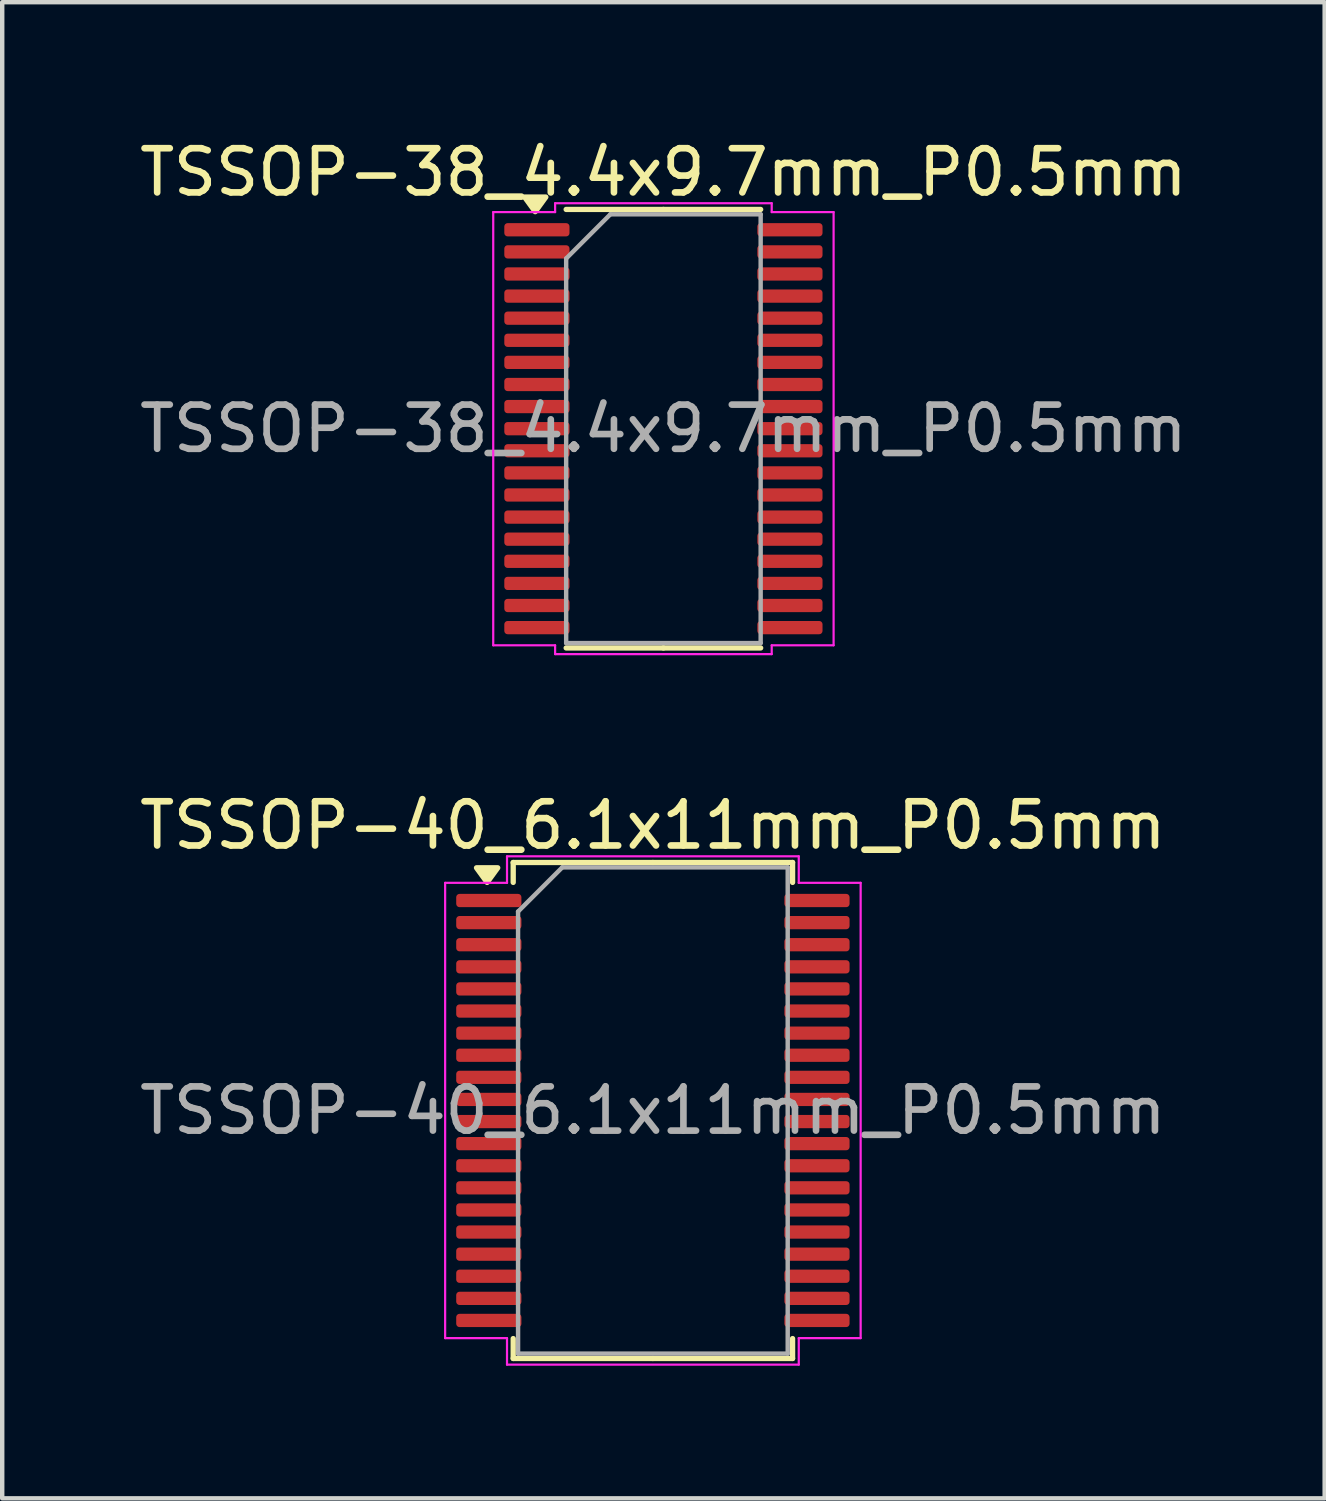
<source format=kicad_pcb>
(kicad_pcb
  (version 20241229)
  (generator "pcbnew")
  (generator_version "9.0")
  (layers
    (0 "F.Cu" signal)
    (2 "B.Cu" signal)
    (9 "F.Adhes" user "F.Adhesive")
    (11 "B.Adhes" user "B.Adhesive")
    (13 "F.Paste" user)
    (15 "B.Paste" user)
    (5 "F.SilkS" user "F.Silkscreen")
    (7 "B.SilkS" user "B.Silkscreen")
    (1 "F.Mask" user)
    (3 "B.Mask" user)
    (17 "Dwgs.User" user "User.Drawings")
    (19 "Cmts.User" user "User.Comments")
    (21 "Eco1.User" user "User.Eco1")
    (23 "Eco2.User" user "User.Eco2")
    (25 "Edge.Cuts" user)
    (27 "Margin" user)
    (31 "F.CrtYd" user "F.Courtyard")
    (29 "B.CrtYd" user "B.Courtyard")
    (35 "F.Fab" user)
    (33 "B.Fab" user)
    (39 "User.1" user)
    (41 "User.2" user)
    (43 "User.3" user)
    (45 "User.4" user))
  (footprint "TSSOP-38_4.4x9.7mm_P0.5mm"
    (layer "F.Cu")
    (at 11.958 6.648)
    (property "Reference" "TSSOP-38_4.4x9.7mm_P0.5mm" (at 0 -5.8 0) (layer "F.SilkS") (effects (font (size 1 1) (thickness 0.15))))
    (attr smd)
    (fp_line (start 0 -4.96) (end -2.2 -4.96) (stroke (width 0.12) (type solid)) (layer "F.SilkS"))
    (fp_line (start 0 -4.96) (end 2.2 -4.96) (stroke (width 0.12) (type solid)) (layer "F.SilkS"))
    (fp_line (start 0 4.96) (end -2.2 4.96) (stroke (width 0.12) (type solid)) (layer "F.SilkS"))
    (fp_line (start 0 4.96) (end 2.2 4.96) (stroke (width 0.12) (type solid)) (layer "F.SilkS"))
    (fp_poly (pts (xy -2.9 -4.91) (xy -3.14 -5.24) (xy -2.66 -5.24)) (stroke (width 0.12) (type solid)) (fill yes) (layer "F.SilkS"))
    (fp_line (start -3.85 -4.9) (end -2.45 -4.9) (stroke (width 0.05) (type solid)) (layer "F.CrtYd"))
    (fp_line (start -3.85 4.9) (end -3.85 -4.9) (stroke (width 0.05) (type solid)) (layer "F.CrtYd"))
    (fp_line (start -2.45 -5.1) (end 2.45 -5.1) (stroke (width 0.05) (type solid)) (layer "F.CrtYd"))
    (fp_line (start -2.45 -4.9) (end -2.45 -5.1) (stroke (width 0.05) (type solid)) (layer "F.CrtYd"))
    (fp_line (start -2.45 4.9) (end -3.85 4.9) (stroke (width 0.05) (type solid)) (layer "F.CrtYd"))
    (fp_line (start -2.45 5.1) (end -2.45 4.9) (stroke (width 0.05) (type solid)) (layer "F.CrtYd"))
    (fp_line (start 2.45 -5.1) (end 2.45 -4.9) (stroke (width 0.05) (type solid)) (layer "F.CrtYd"))
    (fp_line (start 2.45 -4.9) (end 3.85 -4.9) (stroke (width 0.05) (type solid)) (layer "F.CrtYd"))
    (fp_line (start 2.45 4.9) (end 2.45 5.1) (stroke (width 0.05) (type solid)) (layer "F.CrtYd"))
    (fp_line (start 2.45 5.1) (end -2.45 5.1) (stroke (width 0.05) (type solid)) (layer "F.CrtYd"))
    (fp_line (start 3.85 -4.9) (end 3.85 4.9) (stroke (width 0.05) (type solid)) (layer "F.CrtYd"))
    (fp_line (start 3.85 4.9) (end 2.45 4.9) (stroke (width 0.05) (type solid)) (layer "F.CrtYd"))
    (fp_line (start -2.2 -3.85) (end -1.2 -4.85) (stroke (width 0.1) (type solid)) (layer "F.Fab"))
    (fp_line (start -2.2 4.85) (end -2.2 -3.85) (stroke (width 0.1) (type solid)) (layer "F.Fab"))
    (fp_line (start -1.2 -4.85) (end 2.2 -4.85) (stroke (width 0.1) (type solid)) (layer "F.Fab"))
    (fp_line (start 2.2 -4.85) (end 2.2 4.85) (stroke (width 0.1) (type solid)) (layer "F.Fab"))
    (fp_line (start 2.2 4.85) (end -2.2 4.85) (stroke (width 0.1) (type solid)) (layer "F.Fab"))
    (fp_text user "${REFERENCE}" (at 0 0 0) (layer "F.Fab") (effects (font (size 1 1) (thickness 0.15))))
    (pad "1" smd roundrect (at -2.862 -4.5) (size 1.475 0.3) (layers "F.Cu" "F.Mask" "F.Paste") (roundrect_rratio 0.25))
    (pad "2" smd roundrect (at -2.862 -4) (size 1.475 0.3) (layers "F.Cu" "F.Mask" "F.Paste") (roundrect_rratio 0.25))
    (pad "3" smd roundrect (at -2.862 -3.5) (size 1.475 0.3) (layers "F.Cu" "F.Mask" "F.Paste") (roundrect_rratio 0.25))
    (pad "4" smd roundrect (at -2.862 -3) (size 1.475 0.3) (layers "F.Cu" "F.Mask" "F.Paste") (roundrect_rratio 0.25))
    (pad "5" smd roundrect (at -2.862 -2.5) (size 1.475 0.3) (layers "F.Cu" "F.Mask" "F.Paste") (roundrect_rratio 0.25))
    (pad "6" smd roundrect (at -2.862 -2) (size 1.475 0.3) (layers "F.Cu" "F.Mask" "F.Paste") (roundrect_rratio 0.25))
    (pad "7" smd roundrect (at -2.862 -1.5) (size 1.475 0.3) (layers "F.Cu" "F.Mask" "F.Paste") (roundrect_rratio 0.25))
    (pad "8" smd roundrect (at -2.862 -1) (size 1.475 0.3) (layers "F.Cu" "F.Mask" "F.Paste") (roundrect_rratio 0.25))
    (pad "9" smd roundrect (at -2.862 -0.5) (size 1.475 0.3) (layers "F.Cu" "F.Mask" "F.Paste") (roundrect_rratio 0.25))
    (pad "10" smd roundrect (at -2.862 0) (size 1.475 0.3) (layers "F.Cu" "F.Mask" "F.Paste") (roundrect_rratio 0.25))
    (pad "11" smd roundrect (at -2.862 0.5) (size 1.475 0.3) (layers "F.Cu" "F.Mask" "F.Paste") (roundrect_rratio 0.25))
    (pad "12" smd roundrect (at -2.862 1) (size 1.475 0.3) (layers "F.Cu" "F.Mask" "F.Paste") (roundrect_rratio 0.25))
    (pad "13" smd roundrect (at -2.862 1.5) (size 1.475 0.3) (layers "F.Cu" "F.Mask" "F.Paste") (roundrect_rratio 0.25))
    (pad "14" smd roundrect (at -2.862 2) (size 1.475 0.3) (layers "F.Cu" "F.Mask" "F.Paste") (roundrect_rratio 0.25))
    (pad "15" smd roundrect (at -2.862 2.5) (size 1.475 0.3) (layers "F.Cu" "F.Mask" "F.Paste") (roundrect_rratio 0.25))
    (pad "16" smd roundrect (at -2.862 3) (size 1.475 0.3) (layers "F.Cu" "F.Mask" "F.Paste") (roundrect_rratio 0.25))
    (pad "17" smd roundrect (at -2.862 3.5) (size 1.475 0.3) (layers "F.Cu" "F.Mask" "F.Paste") (roundrect_rratio 0.25))
    (pad "18" smd roundrect (at -2.862 4) (size 1.475 0.3) (layers "F.Cu" "F.Mask" "F.Paste") (roundrect_rratio 0.25))
    (pad "19" smd roundrect (at -2.862 4.5) (size 1.475 0.3) (layers "F.Cu" "F.Mask" "F.Paste") (roundrect_rratio 0.25))
    (pad "20" smd roundrect (at 2.862 4.5) (size 1.475 0.3) (layers "F.Cu" "F.Mask" "F.Paste") (roundrect_rratio 0.25))
    (pad "21" smd roundrect (at 2.862 4) (size 1.475 0.3) (layers "F.Cu" "F.Mask" "F.Paste") (roundrect_rratio 0.25))
    (pad "22" smd roundrect (at 2.862 3.5) (size 1.475 0.3) (layers "F.Cu" "F.Mask" "F.Paste") (roundrect_rratio 0.25))
    (pad "23" smd roundrect (at 2.862 3) (size 1.475 0.3) (layers "F.Cu" "F.Mask" "F.Paste") (roundrect_rratio 0.25))
    (pad "24" smd roundrect (at 2.862 2.5) (size 1.475 0.3) (layers "F.Cu" "F.Mask" "F.Paste") (roundrect_rratio 0.25))
    (pad "25" smd roundrect (at 2.862 2) (size 1.475 0.3) (layers "F.Cu" "F.Mask" "F.Paste") (roundrect_rratio 0.25))
    (pad "26" smd roundrect (at 2.862 1.5) (size 1.475 0.3) (layers "F.Cu" "F.Mask" "F.Paste") (roundrect_rratio 0.25))
    (pad "27" smd roundrect (at 2.862 1) (size 1.475 0.3) (layers "F.Cu" "F.Mask" "F.Paste") (roundrect_rratio 0.25))
    (pad "28" smd roundrect (at 2.862 0.5) (size 1.475 0.3) (layers "F.Cu" "F.Mask" "F.Paste") (roundrect_rratio 0.25))
    (pad "29" smd roundrect (at 2.862 0) (size 1.475 0.3) (layers "F.Cu" "F.Mask" "F.Paste") (roundrect_rratio 0.25))
    (pad "30" smd roundrect (at 2.862 -0.5) (size 1.475 0.3) (layers "F.Cu" "F.Mask" "F.Paste") (roundrect_rratio 0.25))
    (pad "31" smd roundrect (at 2.862 -1) (size 1.475 0.3) (layers "F.Cu" "F.Mask" "F.Paste") (roundrect_rratio 0.25))
    (pad "32" smd roundrect (at 2.862 -1.5) (size 1.475 0.3) (layers "F.Cu" "F.Mask" "F.Paste") (roundrect_rratio 0.25))
    (pad "33" smd roundrect (at 2.862 -2) (size 1.475 0.3) (layers "F.Cu" "F.Mask" "F.Paste") (roundrect_rratio 0.25))
    (pad "34" smd roundrect (at 2.862 -2.5) (size 1.475 0.3) (layers "F.Cu" "F.Mask" "F.Paste") (roundrect_rratio 0.25))
    (pad "35" smd roundrect (at 2.862 -3) (size 1.475 0.3) (layers "F.Cu" "F.Mask" "F.Paste") (roundrect_rratio 0.25))
    (pad "36" smd roundrect (at 2.862 -3.5) (size 1.475 0.3) (layers "F.Cu" "F.Mask" "F.Paste") (roundrect_rratio 0.25))
    (pad "37" smd roundrect (at 2.862 -4) (size 1.475 0.3) (layers "F.Cu" "F.Mask" "F.Paste") (roundrect_rratio 0.25))
    (pad "38" smd roundrect (at 2.862 -4.5) (size 1.475 0.3) (layers "F.Cu" "F.Mask" "F.Paste") (roundrect_rratio 0.25)))
  (footprint "TSSOP-40_6.1x11mm_P0.5mm"
    (layer "F.Cu")
    (at 11.72 22.072)
    (property "Reference" "TSSOP-40_6.1x11mm_P0.5mm" (at 0 -6.45 0) (layer "F.SilkS") (effects (font (size 1 1) (thickness 0.15))))
    (attr smd)
    (fp_line (start -3.16 -5.61) (end -3.16 -5.16) (stroke (width 0.12) (type solid)) (layer "F.SilkS"))
    (fp_line (start -3.16 5.61) (end -3.16 5.16) (stroke (width 0.12) (type solid)) (layer "F.SilkS"))
    (fp_line (start 0 -5.61) (end -3.16 -5.61) (stroke (width 0.12) (type solid)) (layer "F.SilkS"))
    (fp_line (start 0 -5.61) (end 3.16 -5.61) (stroke (width 0.12) (type solid)) (layer "F.SilkS"))
    (fp_line (start 0 5.61) (end -3.16 5.61) (stroke (width 0.12) (type solid)) (layer "F.SilkS"))
    (fp_line (start 0 5.61) (end 3.16 5.61) (stroke (width 0.12) (type solid)) (layer "F.SilkS"))
    (fp_line (start 3.16 -5.61) (end 3.16 -5.16) (stroke (width 0.12) (type solid)) (layer "F.SilkS"))
    (fp_line (start 3.16 5.61) (end 3.16 5.16) (stroke (width 0.12) (type solid)) (layer "F.SilkS"))
    (fp_poly (pts (xy -3.75 -5.16) (xy -3.99 -5.49) (xy -3.51 -5.49)) (stroke (width 0.12) (type solid)) (fill yes) (layer "F.SilkS"))
    (fp_line (start -4.7 -5.15) (end -3.3 -5.15) (stroke (width 0.05) (type solid)) (layer "F.CrtYd"))
    (fp_line (start -4.7 5.15) (end -4.7 -5.15) (stroke (width 0.05) (type solid)) (layer "F.CrtYd"))
    (fp_line (start -3.3 -5.75) (end 3.3 -5.75) (stroke (width 0.05) (type solid)) (layer "F.CrtYd"))
    (fp_line (start -3.3 -5.15) (end -3.3 -5.75) (stroke (width 0.05) (type solid)) (layer "F.CrtYd"))
    (fp_line (start -3.3 5.15) (end -4.7 5.15) (stroke (width 0.05) (type solid)) (layer "F.CrtYd"))
    (fp_line (start -3.3 5.75) (end -3.3 5.15) (stroke (width 0.05) (type solid)) (layer "F.CrtYd"))
    (fp_line (start 3.3 -5.75) (end 3.3 -5.15) (stroke (width 0.05) (type solid)) (layer "F.CrtYd"))
    (fp_line (start 3.3 -5.15) (end 4.7 -5.15) (stroke (width 0.05) (type solid)) (layer "F.CrtYd"))
    (fp_line (start 3.3 5.15) (end 3.3 5.75) (stroke (width 0.05) (type solid)) (layer "F.CrtYd"))
    (fp_line (start 3.3 5.75) (end -3.3 5.75) (stroke (width 0.05) (type solid)) (layer "F.CrtYd"))
    (fp_line (start 4.7 -5.15) (end 4.7 5.15) (stroke (width 0.05) (type solid)) (layer "F.CrtYd"))
    (fp_line (start 4.7 5.15) (end 3.3 5.15) (stroke (width 0.05) (type solid)) (layer "F.CrtYd"))
    (fp_line (start -3.05 -4.5) (end -2.05 -5.5) (stroke (width 0.1) (type solid)) (layer "F.Fab"))
    (fp_line (start -3.05 5.5) (end -3.05 -4.5) (stroke (width 0.1) (type solid)) (layer "F.Fab"))
    (fp_line (start -2.05 -5.5) (end 3.05 -5.5) (stroke (width 0.1) (type solid)) (layer "F.Fab"))
    (fp_line (start 3.05 -5.5) (end 3.05 5.5) (stroke (width 0.1) (type solid)) (layer "F.Fab"))
    (fp_line (start 3.05 5.5) (end -3.05 5.5) (stroke (width 0.1) (type solid)) (layer "F.Fab"))
    (fp_text user "${REFERENCE}" (at 0 0 0) (layer "F.Fab") (effects (font (size 1 1) (thickness 0.15))))
    (pad "1" smd roundrect (at -3.712 -4.75) (size 1.475 0.3) (layers "F.Cu" "F.Mask" "F.Paste") (roundrect_rratio 0.25))
    (pad "2" smd roundrect (at -3.712 -4.25) (size 1.475 0.3) (layers "F.Cu" "F.Mask" "F.Paste") (roundrect_rratio 0.25))
    (pad "3" smd roundrect (at -3.712 -3.75) (size 1.475 0.3) (layers "F.Cu" "F.Mask" "F.Paste") (roundrect_rratio 0.25))
    (pad "4" smd roundrect (at -3.712 -3.25) (size 1.475 0.3) (layers "F.Cu" "F.Mask" "F.Paste") (roundrect_rratio 0.25))
    (pad "5" smd roundrect (at -3.712 -2.75) (size 1.475 0.3) (layers "F.Cu" "F.Mask" "F.Paste") (roundrect_rratio 0.25))
    (pad "6" smd roundrect (at -3.712 -2.25) (size 1.475 0.3) (layers "F.Cu" "F.Mask" "F.Paste") (roundrect_rratio 0.25))
    (pad "7" smd roundrect (at -3.712 -1.75) (size 1.475 0.3) (layers "F.Cu" "F.Mask" "F.Paste") (roundrect_rratio 0.25))
    (pad "8" smd roundrect (at -3.712 -1.25) (size 1.475 0.3) (layers "F.Cu" "F.Mask" "F.Paste") (roundrect_rratio 0.25))
    (pad "9" smd roundrect (at -3.712 -0.75) (size 1.475 0.3) (layers "F.Cu" "F.Mask" "F.Paste") (roundrect_rratio 0.25))
    (pad "10" smd roundrect (at -3.712 -0.25) (size 1.475 0.3) (layers "F.Cu" "F.Mask" "F.Paste") (roundrect_rratio 0.25))
    (pad "11" smd roundrect (at -3.712 0.25) (size 1.475 0.3) (layers "F.Cu" "F.Mask" "F.Paste") (roundrect_rratio 0.25))
    (pad "12" smd roundrect (at -3.712 0.75) (size 1.475 0.3) (layers "F.Cu" "F.Mask" "F.Paste") (roundrect_rratio 0.25))
    (pad "13" smd roundrect (at -3.712 1.25) (size 1.475 0.3) (layers "F.Cu" "F.Mask" "F.Paste") (roundrect_rratio 0.25))
    (pad "14" smd roundrect (at -3.712 1.75) (size 1.475 0.3) (layers "F.Cu" "F.Mask" "F.Paste") (roundrect_rratio 0.25))
    (pad "15" smd roundrect (at -3.712 2.25) (size 1.475 0.3) (layers "F.Cu" "F.Mask" "F.Paste") (roundrect_rratio 0.25))
    (pad "16" smd roundrect (at -3.712 2.75) (size 1.475 0.3) (layers "F.Cu" "F.Mask" "F.Paste") (roundrect_rratio 0.25))
    (pad "17" smd roundrect (at -3.712 3.25) (size 1.475 0.3) (layers "F.Cu" "F.Mask" "F.Paste") (roundrect_rratio 0.25))
    (pad "18" smd roundrect (at -3.712 3.75) (size 1.475 0.3) (layers "F.Cu" "F.Mask" "F.Paste") (roundrect_rratio 0.25))
    (pad "19" smd roundrect (at -3.712 4.25) (size 1.475 0.3) (layers "F.Cu" "F.Mask" "F.Paste") (roundrect_rratio 0.25))
    (pad "20" smd roundrect (at -3.712 4.75) (size 1.475 0.3) (layers "F.Cu" "F.Mask" "F.Paste") (roundrect_rratio 0.25))
    (pad "21" smd roundrect (at 3.712 4.75) (size 1.475 0.3) (layers "F.Cu" "F.Mask" "F.Paste") (roundrect_rratio 0.25))
    (pad "22" smd roundrect (at 3.712 4.25) (size 1.475 0.3) (layers "F.Cu" "F.Mask" "F.Paste") (roundrect_rratio 0.25))
    (pad "23" smd roundrect (at 3.712 3.75) (size 1.475 0.3) (layers "F.Cu" "F.Mask" "F.Paste") (roundrect_rratio 0.25))
    (pad "24" smd roundrect (at 3.712 3.25) (size 1.475 0.3) (layers "F.Cu" "F.Mask" "F.Paste") (roundrect_rratio 0.25))
    (pad "25" smd roundrect (at 3.712 2.75) (size 1.475 0.3) (layers "F.Cu" "F.Mask" "F.Paste") (roundrect_rratio 0.25))
    (pad "26" smd roundrect (at 3.712 2.25) (size 1.475 0.3) (layers "F.Cu" "F.Mask" "F.Paste") (roundrect_rratio 0.25))
    (pad "27" smd roundrect (at 3.712 1.75) (size 1.475 0.3) (layers "F.Cu" "F.Mask" "F.Paste") (roundrect_rratio 0.25))
    (pad "28" smd roundrect (at 3.712 1.25) (size 1.475 0.3) (layers "F.Cu" "F.Mask" "F.Paste") (roundrect_rratio 0.25))
    (pad "29" smd roundrect (at 3.712 0.75) (size 1.475 0.3) (layers "F.Cu" "F.Mask" "F.Paste") (roundrect_rratio 0.25))
    (pad "30" smd roundrect (at 3.712 0.25) (size 1.475 0.3) (layers "F.Cu" "F.Mask" "F.Paste") (roundrect_rratio 0.25))
    (pad "31" smd roundrect (at 3.712 -0.25) (size 1.475 0.3) (layers "F.Cu" "F.Mask" "F.Paste") (roundrect_rratio 0.25))
    (pad "32" smd roundrect (at 3.712 -0.75) (size 1.475 0.3) (layers "F.Cu" "F.Mask" "F.Paste") (roundrect_rratio 0.25))
    (pad "33" smd roundrect (at 3.712 -1.25) (size 1.475 0.3) (layers "F.Cu" "F.Mask" "F.Paste") (roundrect_rratio 0.25))
    (pad "34" smd roundrect (at 3.712 -1.75) (size 1.475 0.3) (layers "F.Cu" "F.Mask" "F.Paste") (roundrect_rratio 0.25))
    (pad "35" smd roundrect (at 3.712 -2.25) (size 1.475 0.3) (layers "F.Cu" "F.Mask" "F.Paste") (roundrect_rratio 0.25))
    (pad "36" smd roundrect (at 3.712 -2.75) (size 1.475 0.3) (layers "F.Cu" "F.Mask" "F.Paste") (roundrect_rratio 0.25))
    (pad "37" smd roundrect (at 3.712 -3.25) (size 1.475 0.3) (layers "F.Cu" "F.Mask" "F.Paste") (roundrect_rratio 0.25))
    (pad "38" smd roundrect (at 3.712 -3.75) (size 1.475 0.3) (layers "F.Cu" "F.Mask" "F.Paste") (roundrect_rratio 0.25))
    (pad "39" smd roundrect (at 3.712 -4.25) (size 1.475 0.3) (layers "F.Cu" "F.Mask" "F.Paste") (roundrect_rratio 0.25))
    (pad "40" smd roundrect (at 3.712 -4.75) (size 1.475 0.3) (layers "F.Cu" "F.Mask" "F.Paste") (roundrect_rratio 0.25)))
  (gr_rect
    (start -3 -3)
    (end 26.917 30.846)
    (stroke (width 0.1) (type default))
    (fill no)
    (layer "Edge.Cuts")))
</source>
